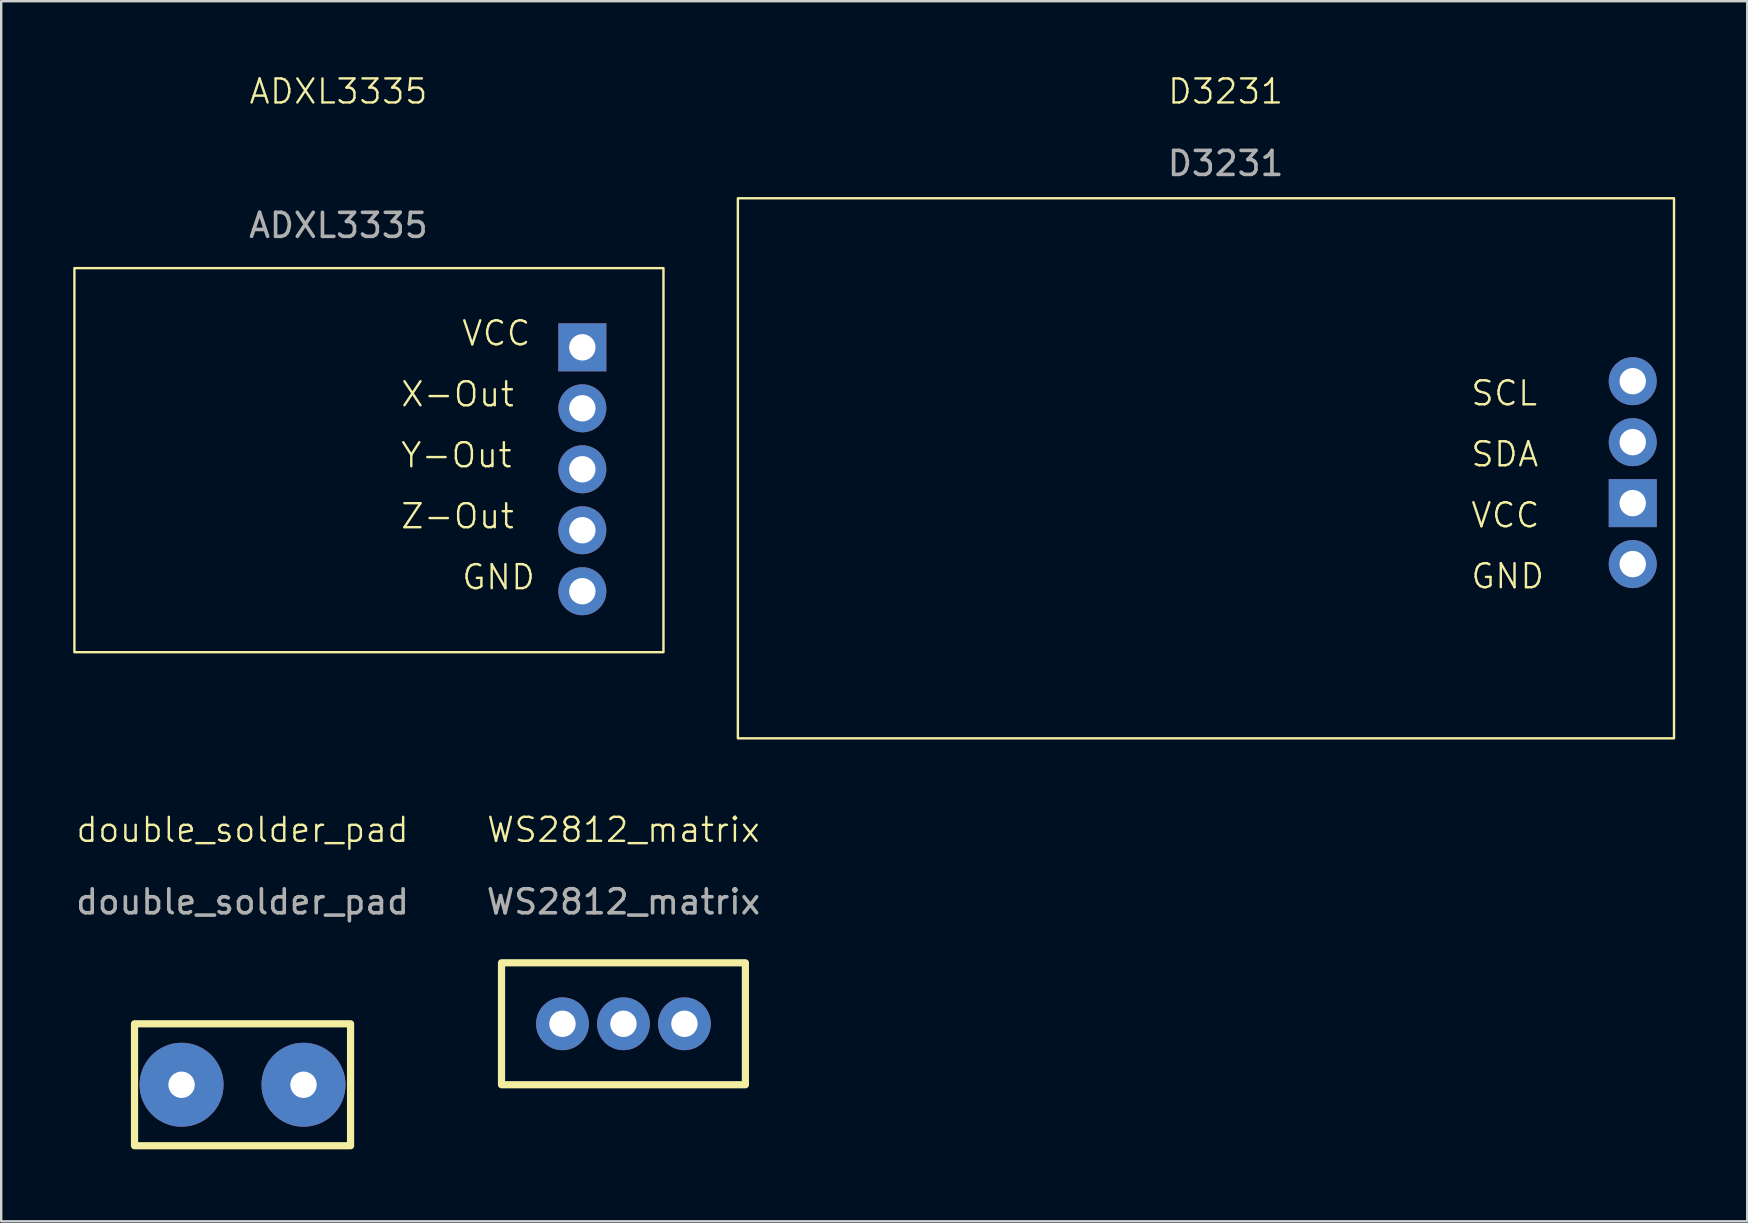
<source format=kicad_pcb>
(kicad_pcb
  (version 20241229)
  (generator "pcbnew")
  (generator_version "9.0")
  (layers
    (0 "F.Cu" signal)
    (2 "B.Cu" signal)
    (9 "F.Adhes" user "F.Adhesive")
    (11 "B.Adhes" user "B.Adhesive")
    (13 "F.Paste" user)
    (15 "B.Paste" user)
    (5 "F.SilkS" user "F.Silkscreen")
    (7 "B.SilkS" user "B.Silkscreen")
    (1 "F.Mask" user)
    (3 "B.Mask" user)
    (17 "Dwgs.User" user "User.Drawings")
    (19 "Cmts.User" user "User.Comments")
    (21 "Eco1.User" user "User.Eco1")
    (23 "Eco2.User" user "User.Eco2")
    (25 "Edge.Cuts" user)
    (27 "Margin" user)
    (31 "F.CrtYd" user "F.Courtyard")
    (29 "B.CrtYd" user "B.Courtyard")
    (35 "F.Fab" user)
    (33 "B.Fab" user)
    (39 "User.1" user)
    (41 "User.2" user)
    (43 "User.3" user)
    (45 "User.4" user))
  (footprint "WS2812_matrix"
    (layer "F.Cu")
    (at 22.923 39.601)
    (property "Reference" "WS2812_matrix" (at 0 -8.08 0) (unlocked yes) (layer "F.SilkS") (effects (font (size 1 1) (thickness 0.1))))
    (attr through_hole)
    (fp_rect (start -5.08 -2.54) (end 5.08 2.54) (stroke (width 0.3) (type default)) (fill no) (layer "F.SilkS"))
    (fp_text user "${REFERENCE}" (at 0 -5.08 0) (unlocked yes) (layer "F.Fab") (effects (font (size 1 1) (thickness 0.15))))
    (pad "1" thru_hole circle (at -2.54 0 90) (size 2.2 2.2) (drill 1.1) (layers "*.Cu" "*.Mask"))
    (pad "2" thru_hole circle (at 0 0 90) (size 2.2 2.2) (drill 1.1) (layers "*.Cu" "*.Mask"))
    (pad "3" thru_hole circle (at 2.54 0 90) (size 2.2 2.2) (drill 1.1) (layers "*.Cu" "*.Mask")))
  (footprint "D3231"
    (layer "F.Cu")
    (at 48.01 16.46)
    (property "Reference" "D3231" (at 0 -15.7 0) (unlocked yes) (layer "F.SilkS") (effects (font (size 1 1) (thickness 0.1))))
    (attr through_hole)
    (fp_rect (start -20.32 11.25) (end 18.68 -11.25) (stroke (width 0.1) (type default)) (fill no) (layer "F.SilkS"))
    (fp_text user "GND" (at 10.16 5.08 0) (unlocked yes) (layer "F.SilkS") (effects (font (size 1 1) (thickness 0.1)) (justify left bottom)))
    (fp_text user "VCC" (at 10.16 2.54 0) (unlocked yes) (layer "F.SilkS") (effects (font (size 1 1) (thickness 0.1)) (justify left bottom)))
    (fp_text user "SCL" (at 10.16 -2.54 0) (unlocked yes) (layer "F.SilkS") (effects (font (size 1 1) (thickness 0.1)) (justify left bottom)))
    (fp_text user "SDA" (at 10.16 0 0) (unlocked yes) (layer "F.SilkS") (effects (font (size 1 1) (thickness 0.1)) (justify left bottom)))
    (fp_text user "${REFERENCE}" (at 0 -12.7 0) (unlocked yes) (layer "F.Fab") (effects (font (size 1 1) (thickness 0.15))))
    (pad "1" thru_hole circle (at 16.96 -3.63) (size 2 2) (drill 1.1) (layers "*.Cu" "*.Mask"))
    (pad "2" thru_hole circle (at 16.96 -1.09) (size 2 2) (drill 1.1) (layers "*.Cu" "*.Mask"))
    (pad "3" thru_hole rect (at 16.96 1.45) (size 2 2) (drill 1.1) (layers "*.Cu" "*.Mask"))
    (pad "4" thru_hole circle (at 16.96 3.99) (size 2 2) (drill 1.1) (layers "*.Cu" "*.Mask")))
  (footprint "ADXL3335"
    (layer "F.Cu")
    (at 11.05 13.96)
    (property "Reference" "ADXL3335" (at 0 -13.2 0) (unlocked yes) (layer "F.SilkS") (effects (font (size 1 1) (thickness 0.1))))
    (attr through_hole)
    (fp_rect (start -11 -5.84) (end 13.54 10.16) (stroke (width 0.1) (type default)) (fill no) (layer "F.SilkS"))
    (fp_text user "X-Out" (at 2.54 0 0) (unlocked yes) (layer "F.SilkS") (effects (font (size 1 1) (thickness 0.1)) (justify left bottom)))
    (fp_text user "GND" (at 5.08 7.62 0) (unlocked yes) (layer "F.SilkS") (effects (font (size 1 1) (thickness 0.1)) (justify left bottom)))
    (fp_text user "Y-Out" (at 2.54 2.54 0) (unlocked yes) (layer "F.SilkS") (effects (font (size 1 1) (thickness 0.1)) (justify left bottom)))
    (fp_text user "VCC" (at 5.08 -2.54 0) (unlocked yes) (layer "F.SilkS") (effects (font (size 1 1) (thickness 0.1)) (justify left bottom)))
    (fp_text user "Z-Out" (at 2.54 5.08 0) (unlocked yes) (layer "F.SilkS") (effects (font (size 1 1) (thickness 0.1)) (justify left bottom)))
    (fp_text user "${REFERENCE}" (at 0 -7.62 0) (unlocked yes) (layer "F.Fab") (effects (font (size 1 1) (thickness 0.15))))
    (pad "1" thru_hole rect (at 10.16 -2.54) (size 2 2) (drill 1.1) (layers "*.Cu" "*.Mask"))
    (pad "2" thru_hole circle (at 10.16 0) (size 2 2) (drill 1.1) (layers "*.Cu" "*.Mask"))
    (pad "3" thru_hole circle (at 10.16 2.54) (size 2 2) (drill 1.1) (layers "*.Cu" "*.Mask"))
    (pad "4" thru_hole circle (at 10.16 5.08) (size 2 2) (drill 1.1) (layers "*.Cu" "*.Mask"))
    (pad "5" thru_hole circle (at 10.16 7.62) (size 2 2) (drill 1.1) (layers "*.Cu" "*.Mask")))
  (footprint "double_solder_pad"
    (layer "F.Cu")
    (at 7.054 42.141)
    (property "Reference" "double_solder_pad" (at 0 -10.62 0) (unlocked yes) (layer "F.SilkS") (effects (font (size 1 1) (thickness 0.1))))
    (attr smd)
    (fp_rect (start -4.5 -2.54) (end 4.5 2.54) (stroke (width 0.3) (type default)) (fill no) (layer "F.SilkS"))
    (fp_text user "${REFERENCE}" (at 0 -7.62 0) (unlocked yes) (layer "F.Fab") (effects (font (size 1 1) (thickness 0.15))))
    (pad "1" thru_hole circle (at -2.54 0 90) (size 3.5 3.5) (drill 1.1) (layers "*.Cu" "*.Mask"))
    (pad "2" thru_hole circle (at 2.54 0 90) (size 3.5 3.5) (drill 1.1) (layers "*.Cu" "*.Mask")))
  (gr_rect
    (start -3 -3)
    (end 69.74 47.831)
    (stroke (width 0.1) (type default))
    (fill no)
    (layer "Edge.Cuts")))
</source>
